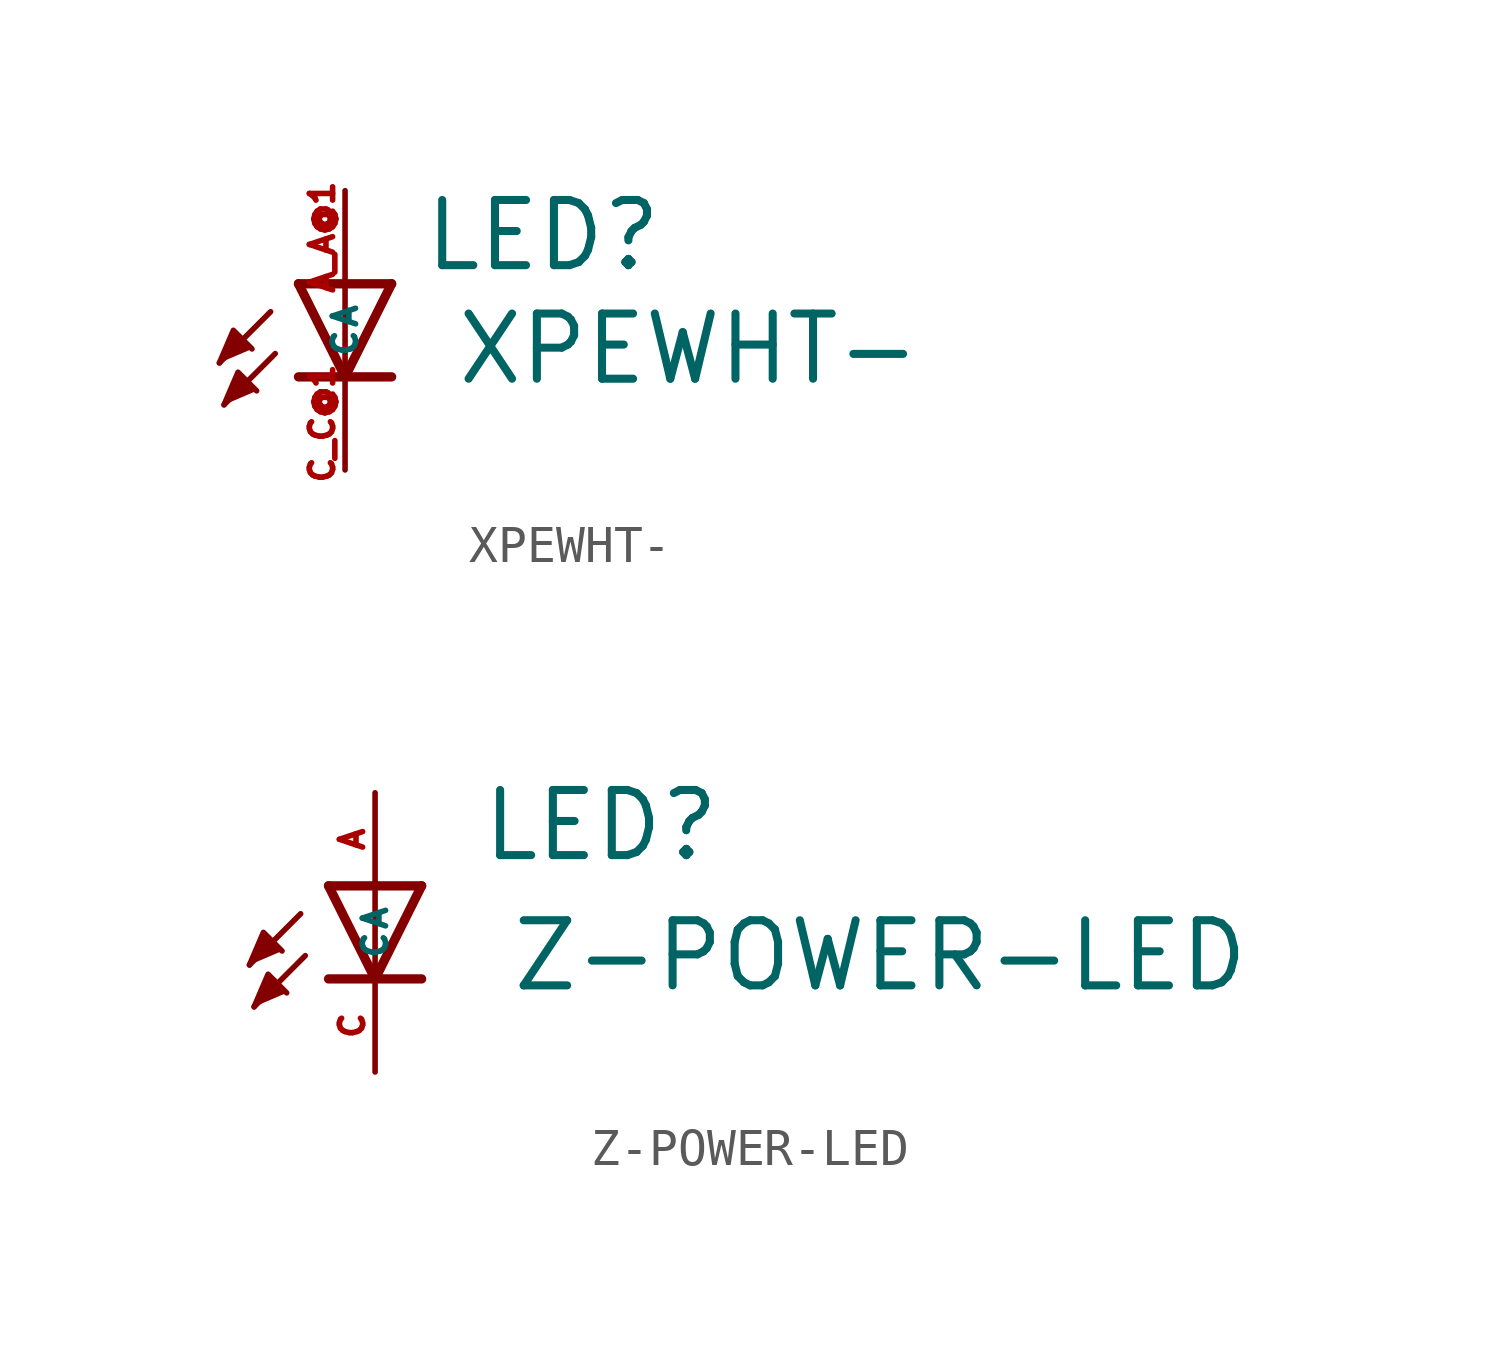
<source format=kicad_sym>
(kicad_symbol_lib
  (version 20220914)
  (generator kicad_symbol_editor)
  (symbol "XPEWHT-"
    (property "Reference" "LED"
      (at 2.083 0.279 0)
      (effects (font (size 1.778 1.778) (thickness 0.22)) (justify left bottom)))
    (property "Value" "XPEWHT-"
      (at 2.972 -2.819 0)
      (effects (font (size 1.778 1.778) (thickness 0.22)) (justify left bottom)))
    (symbol "XPEWHT-_1_1"
      (polyline (pts (xy -2.032 -0.762) (xy -3.429 -2.159)) (stroke (width 0.152) (type default)) (fill (type none)))
      (polyline (pts (xy -1.905 -1.905) (xy -3.302 -3.302)) (stroke (width 0.152) (type default)) (fill (type none)))
      (polyline (pts (xy 0 -2.54) (xy -1.27 -2.54)) (stroke (width 0.254) (type default)) (fill (type none)))
      (polyline (pts (xy 0 -2.54) (xy -1.27 0)) (stroke (width 0.254) (type default)) (fill (type none)))
      (polyline (pts (xy 0 0) (xy -1.27 0)) (stroke (width 0.254) (type default)) (fill (type none)))
      (polyline (pts (xy 0 0) (xy 0 -2.54)) (stroke (width 0.152) (type default)) (fill (type none)))
      (polyline (pts (xy 1.27 -2.54) (xy 0 -2.54)) (stroke (width 0.254) (type default)) (fill (type none)))
      (polyline (pts (xy 1.27 0) (xy 0 -2.54)) (stroke (width 0.254) (type default)) (fill (type none)))
      (polyline (pts (xy 1.27 0) (xy 0 0)) (stroke (width 0.254) (type default)) (fill (type none)))
      (polyline (pts (xy -3.429 -2.159) (xy -3.048 -1.27) (xy -2.54 -1.778)) (stroke (width 0.152) (type default)) (fill (type outline)))
      (polyline (pts (xy -3.302 -3.302) (xy -2.921 -2.413) (xy -2.413 -2.921)) (stroke (width 0.152) (type default)) (fill (type outline)))
      (pin passive line (at 0 2.54 270) (length 2.54) (name "A" (effects (font (size 0.635 0.635)))) (number "A_A@1" (effects (font (size 0.635 0.635)))))
      (pin passive line (at 0 -5.08 90) (length 2.54) (name "C" (effects (font (size 0.635 0.635)))) (number "C_C@1" (effects (font (size 0.635 0.635)))))))
  (symbol "Z-POWER-LED"
    (property "Reference" "LED"
      (at 2.845 0.61 0)
      (effects (font (size 1.778 1.778) (thickness 0.22)) (justify left bottom)))
    (property "Value" "Z-POWER-LED"
      (at 3.658 -2.946 0)
      (effects (font (size 1.778 1.778) (thickness 0.22)) (justify left bottom)))
    (symbol "Z-POWER-LED_1_1"
      (polyline (pts (xy -2.032 -0.762) (xy -3.429 -2.159)) (stroke (width 0.152) (type default)) (fill (type none)))
      (polyline (pts (xy -1.905 -1.905) (xy -3.302 -3.302)) (stroke (width 0.152) (type default)) (fill (type none)))
      (polyline (pts (xy 0 -2.54) (xy -1.27 -2.54)) (stroke (width 0.254) (type default)) (fill (type none)))
      (polyline (pts (xy 0 -2.54) (xy -1.27 0)) (stroke (width 0.254) (type default)) (fill (type none)))
      (polyline (pts (xy 0 0) (xy -1.27 0)) (stroke (width 0.254) (type default)) (fill (type none)))
      (polyline (pts (xy 0 0) (xy 0 -2.54)) (stroke (width 0.152) (type default)) (fill (type none)))
      (polyline (pts (xy 1.27 -2.54) (xy 0 -2.54)) (stroke (width 0.254) (type default)) (fill (type none)))
      (polyline (pts (xy 1.27 0) (xy 0 -2.54)) (stroke (width 0.254) (type default)) (fill (type none)))
      (polyline (pts (xy 1.27 0) (xy 0 0)) (stroke (width 0.254) (type default)) (fill (type none)))
      (polyline (pts (xy -3.429 -2.159) (xy -3.048 -1.27) (xy -2.54 -1.778)) (stroke (width 0.152) (type default)) (fill (type outline)))
      (polyline (pts (xy -3.302 -3.302) (xy -2.921 -2.413) (xy -2.413 -2.921)) (stroke (width 0.152) (type default)) (fill (type outline)))
      (pin passive line (at 0 2.54 270) (length 2.54) (name "A" (effects (font (size 0.635 0.635)))) (number "A" (effects (font (size 0.635 0.635)))))
      (pin passive line (at 0 -5.08 90) (length 2.54) (name "C" (effects (font (size 0.635 0.635)))) (number "C" (effects (font (size 0.635 0.635))))))))
</source>
